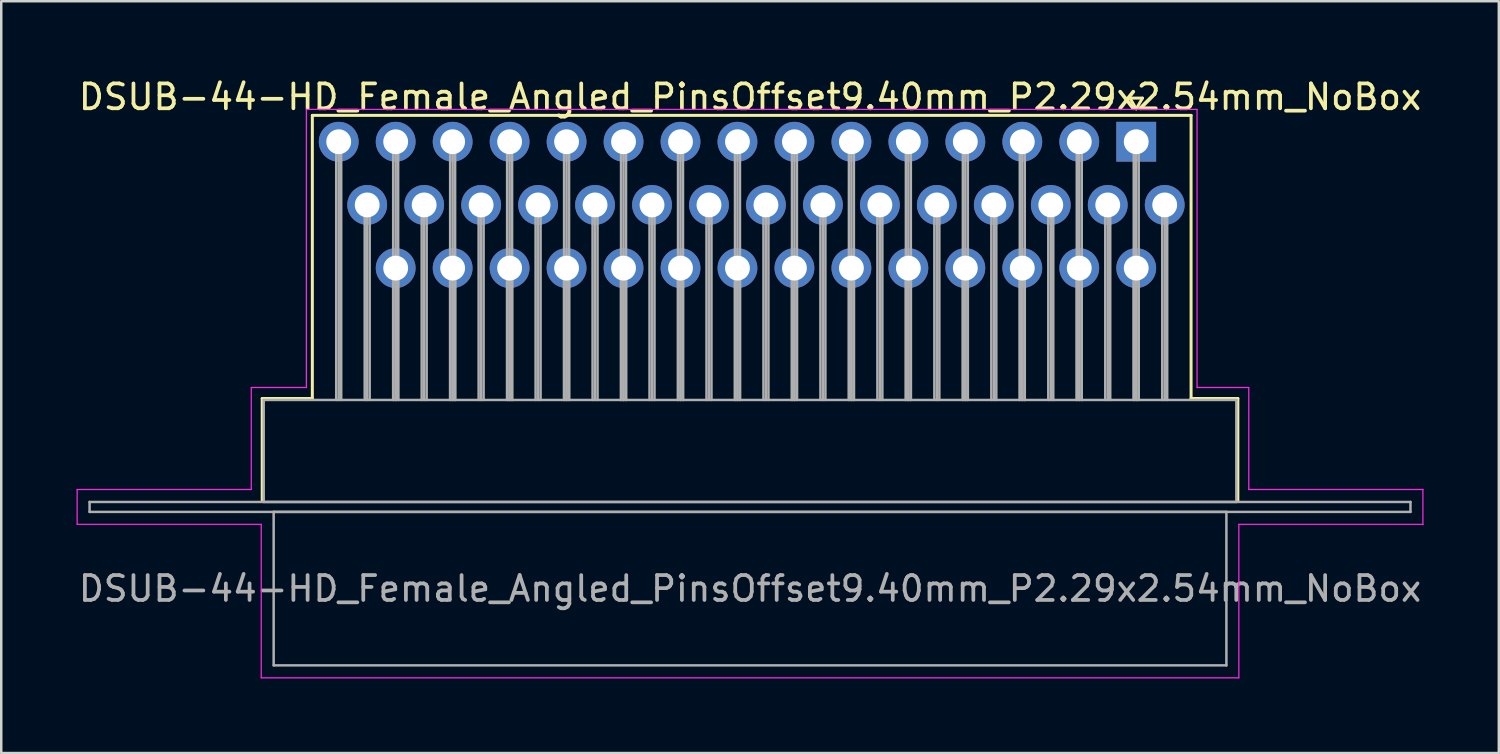
<source format=kicad_pcb>
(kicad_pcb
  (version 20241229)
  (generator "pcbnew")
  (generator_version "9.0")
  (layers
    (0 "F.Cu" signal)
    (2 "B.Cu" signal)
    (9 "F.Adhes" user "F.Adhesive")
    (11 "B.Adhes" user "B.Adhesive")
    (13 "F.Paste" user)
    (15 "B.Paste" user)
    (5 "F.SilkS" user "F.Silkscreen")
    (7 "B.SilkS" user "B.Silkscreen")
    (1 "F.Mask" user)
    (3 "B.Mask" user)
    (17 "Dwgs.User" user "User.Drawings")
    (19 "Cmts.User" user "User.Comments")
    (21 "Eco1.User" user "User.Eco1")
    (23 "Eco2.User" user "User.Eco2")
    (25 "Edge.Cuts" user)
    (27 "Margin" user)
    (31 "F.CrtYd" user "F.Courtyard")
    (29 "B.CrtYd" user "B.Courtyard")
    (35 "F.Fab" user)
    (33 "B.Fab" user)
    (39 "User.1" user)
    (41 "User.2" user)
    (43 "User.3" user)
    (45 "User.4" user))
  (footprint "DSUB-44-HD_Female_Angled_PinsOffset9.40mm_P2.29x2.54mm_NoBox"
    (layer "F.Cu")
    (at 42.626 2.648)
    (property "Reference" "DSUB-44-HD_Female_Angled_PinsOffset9.40mm_P2.29x2.54mm_NoBox" (at -15.525 -1.8 0) (layer "F.SilkS") (effects (font (size 1 1) (thickness 0.15))))
    (attr through_hole)
    (fp_line (start -35.135 10.32) (end -33.12 10.32) (stroke (width 0.12) (type solid)) (layer "F.SilkS"))
    (fp_line (start -35.135 14.42) (end -35.135 10.32) (stroke (width 0.12) (type solid)) (layer "F.SilkS"))
    (fp_line (start -33.12 -1.06) (end 2.205 -1.06) (stroke (width 0.12) (type solid)) (layer "F.SilkS"))
    (fp_line (start -33.12 10.32) (end -33.12 -1.06) (stroke (width 0.12) (type solid)) (layer "F.SilkS"))
    (fp_line (start -0.25 -1.754) (end 0.25 -1.754) (stroke (width 0.12) (type solid)) (layer "F.SilkS"))
    (fp_line (start 0 -1.321) (end -0.25 -1.754) (stroke (width 0.12) (type solid)) (layer "F.SilkS"))
    (fp_line (start 0.25 -1.754) (end 0 -1.321) (stroke (width 0.12) (type solid)) (layer "F.SilkS"))
    (fp_line (start 2.205 -1.06) (end 2.205 10.32) (stroke (width 0.12) (type solid)) (layer "F.SilkS"))
    (fp_line (start 2.205 10.32) (end 4.085 10.32) (stroke (width 0.12) (type solid)) (layer "F.SilkS"))
    (fp_line (start 4.085 10.32) (end 4.085 14.42) (stroke (width 0.12) (type solid)) (layer "F.SilkS"))
    (fp_line (start -42.575 13.98) (end -35.575 13.98) (stroke (width 0.05) (type solid)) (layer "F.CrtYd"))
    (fp_line (start -42.575 15.38) (end -42.575 13.98) (stroke (width 0.05) (type solid)) (layer "F.CrtYd"))
    (fp_line (start -35.575 9.88) (end -33.36 9.88) (stroke (width 0.05) (type solid)) (layer "F.CrtYd"))
    (fp_line (start -35.575 13.98) (end -35.575 9.88) (stroke (width 0.05) (type solid)) (layer "F.CrtYd"))
    (fp_line (start -35.175 15.38) (end -42.575 15.38) (stroke (width 0.05) (type solid)) (layer "F.CrtYd"))
    (fp_line (start -35.175 21.55) (end -35.175 15.38) (stroke (width 0.05) (type solid)) (layer "F.CrtYd"))
    (fp_line (start -33.36 -1.3) (end 2.445 -1.3) (stroke (width 0.05) (type solid)) (layer "F.CrtYd"))
    (fp_line (start -33.36 9.88) (end -33.36 -1.3) (stroke (width 0.05) (type solid)) (layer "F.CrtYd"))
    (fp_line (start 2.445 -1.3) (end 2.445 9.88) (stroke (width 0.05) (type solid)) (layer "F.CrtYd"))
    (fp_line (start 2.445 9.88) (end 4.525 9.88) (stroke (width 0.05) (type solid)) (layer "F.CrtYd"))
    (fp_line (start 4.125 15.38) (end 4.125 21.55) (stroke (width 0.05) (type solid)) (layer "F.CrtYd"))
    (fp_line (start 4.125 21.55) (end -35.175 21.55) (stroke (width 0.05) (type solid)) (layer "F.CrtYd"))
    (fp_line (start 4.525 9.88) (end 4.525 13.98) (stroke (width 0.05) (type solid)) (layer "F.CrtYd"))
    (fp_line (start 4.525 13.98) (end 11.525 13.98) (stroke (width 0.05) (type solid)) (layer "F.CrtYd"))
    (fp_line (start 11.525 13.98) (end 11.525 15.38) (stroke (width 0.05) (type solid)) (layer "F.CrtYd"))
    (fp_line (start 11.525 15.38) (end 4.125 15.38) (stroke (width 0.05) (type solid)) (layer "F.CrtYd"))
    (fp_line (start -42.075 14.48) (end -42.075 14.88) (stroke (width 0.1) (type solid)) (layer "F.Fab"))
    (fp_line (start -42.075 14.88) (end 11.025 14.88) (stroke (width 0.1) (type solid)) (layer "F.Fab"))
    (fp_line (start -35.075 10.38) (end -35.075 14.48) (stroke (width 0.1) (type solid)) (layer "F.Fab"))
    (fp_line (start -35.075 14.48) (end 4.025 14.48) (stroke (width 0.1) (type solid)) (layer "F.Fab"))
    (fp_line (start -34.675 14.88) (end -34.675 21.05) (stroke (width 0.1) (type solid)) (layer "F.Fab"))
    (fp_line (start -34.675 21.05) (end 3.625 21.05) (stroke (width 0.1) (type solid)) (layer "F.Fab"))
    (fp_line (start -32.16 0) (end -32.16 10.38) (stroke (width 0.1) (type solid)) (layer "F.Fab"))
    (fp_line (start -32.06 0) (end -32.06 10.38) (stroke (width 0.1) (type solid)) (layer "F.Fab"))
    (fp_line (start -31.96 0) (end -31.96 10.38) (stroke (width 0.1) (type solid)) (layer "F.Fab"))
    (fp_line (start -31.015 2.54) (end -31.015 10.38) (stroke (width 0.1) (type solid)) (layer "F.Fab"))
    (fp_line (start -30.915 2.54) (end -30.915 10.38) (stroke (width 0.1) (type solid)) (layer "F.Fab"))
    (fp_line (start -30.815 2.54) (end -30.815 10.38) (stroke (width 0.1) (type solid)) (layer "F.Fab"))
    (fp_line (start -29.87 0) (end -29.87 10.38) (stroke (width 0.1) (type solid)) (layer "F.Fab"))
    (fp_line (start -29.87 5.08) (end -29.87 10.38) (stroke (width 0.1) (type solid)) (layer "F.Fab"))
    (fp_line (start -29.77 0) (end -29.77 10.38) (stroke (width 0.1) (type solid)) (layer "F.Fab"))
    (fp_line (start -29.77 5.08) (end -29.77 10.38) (stroke (width 0.1) (type solid)) (layer "F.Fab"))
    (fp_line (start -29.67 0) (end -29.67 10.38) (stroke (width 0.1) (type solid)) (layer "F.Fab"))
    (fp_line (start -29.67 5.08) (end -29.67 10.38) (stroke (width 0.1) (type solid)) (layer "F.Fab"))
    (fp_line (start -28.725 2.54) (end -28.725 10.38) (stroke (width 0.1) (type solid)) (layer "F.Fab"))
    (fp_line (start -28.625 2.54) (end -28.625 10.38) (stroke (width 0.1) (type solid)) (layer "F.Fab"))
    (fp_line (start -28.525 2.54) (end -28.525 10.38) (stroke (width 0.1) (type solid)) (layer "F.Fab"))
    (fp_line (start -27.58 0) (end -27.58 10.38) (stroke (width 0.1) (type solid)) (layer "F.Fab"))
    (fp_line (start -27.58 5.08) (end -27.58 10.38) (stroke (width 0.1) (type solid)) (layer "F.Fab"))
    (fp_line (start -27.48 0) (end -27.48 10.38) (stroke (width 0.1) (type solid)) (layer "F.Fab"))
    (fp_line (start -27.48 5.08) (end -27.48 10.38) (stroke (width 0.1) (type solid)) (layer "F.Fab"))
    (fp_line (start -27.38 0) (end -27.38 10.38) (stroke (width 0.1) (type solid)) (layer "F.Fab"))
    (fp_line (start -27.38 5.08) (end -27.38 10.38) (stroke (width 0.1) (type solid)) (layer "F.Fab"))
    (fp_line (start -26.435 2.54) (end -26.435 10.38) (stroke (width 0.1) (type solid)) (layer "F.Fab"))
    (fp_line (start -26.335 2.54) (end -26.335 10.38) (stroke (width 0.1) (type solid)) (layer "F.Fab"))
    (fp_line (start -26.235 2.54) (end -26.235 10.38) (stroke (width 0.1) (type solid)) (layer "F.Fab"))
    (fp_line (start -25.29 0) (end -25.29 10.38) (stroke (width 0.1) (type solid)) (layer "F.Fab"))
    (fp_line (start -25.29 5.08) (end -25.29 10.38) (stroke (width 0.1) (type solid)) (layer "F.Fab"))
    (fp_line (start -25.19 0) (end -25.19 10.38) (stroke (width 0.1) (type solid)) (layer "F.Fab"))
    (fp_line (start -25.19 5.08) (end -25.19 10.38) (stroke (width 0.1) (type solid)) (layer "F.Fab"))
    (fp_line (start -25.09 0) (end -25.09 10.38) (stroke (width 0.1) (type solid)) (layer "F.Fab"))
    (fp_line (start -25.09 5.08) (end -25.09 10.38) (stroke (width 0.1) (type solid)) (layer "F.Fab"))
    (fp_line (start -24.145 2.54) (end -24.145 10.38) (stroke (width 0.1) (type solid)) (layer "F.Fab"))
    (fp_line (start -24.045 2.54) (end -24.045 10.38) (stroke (width 0.1) (type solid)) (layer "F.Fab"))
    (fp_line (start -23.945 2.54) (end -23.945 10.38) (stroke (width 0.1) (type solid)) (layer "F.Fab"))
    (fp_line (start -23 0) (end -23 10.38) (stroke (width 0.1) (type solid)) (layer "F.Fab"))
    (fp_line (start -23 5.08) (end -23 10.38) (stroke (width 0.1) (type solid)) (layer "F.Fab"))
    (fp_line (start -22.9 0) (end -22.9 10.38) (stroke (width 0.1) (type solid)) (layer "F.Fab"))
    (fp_line (start -22.9 5.08) (end -22.9 10.38) (stroke (width 0.1) (type solid)) (layer "F.Fab"))
    (fp_line (start -22.8 0) (end -22.8 10.38) (stroke (width 0.1) (type solid)) (layer "F.Fab"))
    (fp_line (start -22.8 5.08) (end -22.8 10.38) (stroke (width 0.1) (type solid)) (layer "F.Fab"))
    (fp_line (start -21.855 2.54) (end -21.855 10.38) (stroke (width 0.1) (type solid)) (layer "F.Fab"))
    (fp_line (start -21.755 2.54) (end -21.755 10.38) (stroke (width 0.1) (type solid)) (layer "F.Fab"))
    (fp_line (start -21.655 2.54) (end -21.655 10.38) (stroke (width 0.1) (type solid)) (layer "F.Fab"))
    (fp_line (start -20.71 0) (end -20.71 10.38) (stroke (width 0.1) (type solid)) (layer "F.Fab"))
    (fp_line (start -20.71 5.08) (end -20.71 10.38) (stroke (width 0.1) (type solid)) (layer "F.Fab"))
    (fp_line (start -20.61 0) (end -20.61 10.38) (stroke (width 0.1) (type solid)) (layer "F.Fab"))
    (fp_line (start -20.61 5.08) (end -20.61 10.38) (stroke (width 0.1) (type solid)) (layer "F.Fab"))
    (fp_line (start -20.51 0) (end -20.51 10.38) (stroke (width 0.1) (type solid)) (layer "F.Fab"))
    (fp_line (start -20.51 5.08) (end -20.51 10.38) (stroke (width 0.1) (type solid)) (layer "F.Fab"))
    (fp_line (start -19.565 2.54) (end -19.565 10.38) (stroke (width 0.1) (type solid)) (layer "F.Fab"))
    (fp_line (start -19.465 2.54) (end -19.465 10.38) (stroke (width 0.1) (type solid)) (layer "F.Fab"))
    (fp_line (start -19.365 2.54) (end -19.365 10.38) (stroke (width 0.1) (type solid)) (layer "F.Fab"))
    (fp_line (start -18.42 0) (end -18.42 10.38) (stroke (width 0.1) (type solid)) (layer "F.Fab"))
    (fp_line (start -18.42 5.08) (end -18.42 10.38) (stroke (width 0.1) (type solid)) (layer "F.Fab"))
    (fp_line (start -18.32 0) (end -18.32 10.38) (stroke (width 0.1) (type solid)) (layer "F.Fab"))
    (fp_line (start -18.32 5.08) (end -18.32 10.38) (stroke (width 0.1) (type solid)) (layer "F.Fab"))
    (fp_line (start -18.22 0) (end -18.22 10.38) (stroke (width 0.1) (type solid)) (layer "F.Fab"))
    (fp_line (start -18.22 5.08) (end -18.22 10.38) (stroke (width 0.1) (type solid)) (layer "F.Fab"))
    (fp_line (start -17.275 2.54) (end -17.275 10.38) (stroke (width 0.1) (type solid)) (layer "F.Fab"))
    (fp_line (start -17.175 2.54) (end -17.175 10.38) (stroke (width 0.1) (type solid)) (layer "F.Fab"))
    (fp_line (start -17.075 2.54) (end -17.075 10.38) (stroke (width 0.1) (type solid)) (layer "F.Fab"))
    (fp_line (start -16.13 0) (end -16.13 10.38) (stroke (width 0.1) (type solid)) (layer "F.Fab"))
    (fp_line (start -16.13 5.08) (end -16.13 10.38) (stroke (width 0.1) (type solid)) (layer "F.Fab"))
    (fp_line (start -16.03 0) (end -16.03 10.38) (stroke (width 0.1) (type solid)) (layer "F.Fab"))
    (fp_line (start -16.03 5.08) (end -16.03 10.38) (stroke (width 0.1) (type solid)) (layer "F.Fab"))
    (fp_line (start -15.93 0) (end -15.93 10.38) (stroke (width 0.1) (type solid)) (layer "F.Fab"))
    (fp_line (start -15.93 5.08) (end -15.93 10.38) (stroke (width 0.1) (type solid)) (layer "F.Fab"))
    (fp_line (start -14.985 2.54) (end -14.985 10.38) (stroke (width 0.1) (type solid)) (layer "F.Fab"))
    (fp_line (start -14.885 2.54) (end -14.885 10.38) (stroke (width 0.1) (type solid)) (layer "F.Fab"))
    (fp_line (start -14.785 2.54) (end -14.785 10.38) (stroke (width 0.1) (type solid)) (layer "F.Fab"))
    (fp_line (start -13.84 0) (end -13.84 10.38) (stroke (width 0.1) (type solid)) (layer "F.Fab"))
    (fp_line (start -13.84 5.08) (end -13.84 10.38) (stroke (width 0.1) (type solid)) (layer "F.Fab"))
    (fp_line (start -13.74 0) (end -13.74 10.38) (stroke (width 0.1) (type solid)) (layer "F.Fab"))
    (fp_line (start -13.74 5.08) (end -13.74 10.38) (stroke (width 0.1) (type solid)) (layer "F.Fab"))
    (fp_line (start -13.64 0) (end -13.64 10.38) (stroke (width 0.1) (type solid)) (layer "F.Fab"))
    (fp_line (start -13.64 5.08) (end -13.64 10.38) (stroke (width 0.1) (type solid)) (layer "F.Fab"))
    (fp_line (start -12.695 2.54) (end -12.695 10.38) (stroke (width 0.1) (type solid)) (layer "F.Fab"))
    (fp_line (start -12.595 2.54) (end -12.595 10.38) (stroke (width 0.1) (type solid)) (layer "F.Fab"))
    (fp_line (start -12.495 2.54) (end -12.495 10.38) (stroke (width 0.1) (type solid)) (layer "F.Fab"))
    (fp_line (start -11.55 0) (end -11.55 10.38) (stroke (width 0.1) (type solid)) (layer "F.Fab"))
    (fp_line (start -11.55 5.08) (end -11.55 10.38) (stroke (width 0.1) (type solid)) (layer "F.Fab"))
    (fp_line (start -11.45 0) (end -11.45 10.38) (stroke (width 0.1) (type solid)) (layer "F.Fab"))
    (fp_line (start -11.45 5.08) (end -11.45 10.38) (stroke (width 0.1) (type solid)) (layer "F.Fab"))
    (fp_line (start -11.35 0) (end -11.35 10.38) (stroke (width 0.1) (type solid)) (layer "F.Fab"))
    (fp_line (start -11.35 5.08) (end -11.35 10.38) (stroke (width 0.1) (type solid)) (layer "F.Fab"))
    (fp_line (start -10.405 2.54) (end -10.405 10.38) (stroke (width 0.1) (type solid)) (layer "F.Fab"))
    (fp_line (start -10.305 2.54) (end -10.305 10.38) (stroke (width 0.1) (type solid)) (layer "F.Fab"))
    (fp_line (start -10.205 2.54) (end -10.205 10.38) (stroke (width 0.1) (type solid)) (layer "F.Fab"))
    (fp_line (start -9.26 0) (end -9.26 10.38) (stroke (width 0.1) (type solid)) (layer "F.Fab"))
    (fp_line (start -9.26 5.08) (end -9.26 10.38) (stroke (width 0.1) (type solid)) (layer "F.Fab"))
    (fp_line (start -9.16 0) (end -9.16 10.38) (stroke (width 0.1) (type solid)) (layer "F.Fab"))
    (fp_line (start -9.16 5.08) (end -9.16 10.38) (stroke (width 0.1) (type solid)) (layer "F.Fab"))
    (fp_line (start -9.06 0) (end -9.06 10.38) (stroke (width 0.1) (type solid)) (layer "F.Fab"))
    (fp_line (start -9.06 5.08) (end -9.06 10.38) (stroke (width 0.1) (type solid)) (layer "F.Fab"))
    (fp_line (start -8.115 2.54) (end -8.115 10.38) (stroke (width 0.1) (type solid)) (layer "F.Fab"))
    (fp_line (start -8.015 2.54) (end -8.015 10.38) (stroke (width 0.1) (type solid)) (layer "F.Fab"))
    (fp_line (start -7.915 2.54) (end -7.915 10.38) (stroke (width 0.1) (type solid)) (layer "F.Fab"))
    (fp_line (start -6.97 0) (end -6.97 10.38) (stroke (width 0.1) (type solid)) (layer "F.Fab"))
    (fp_line (start -6.97 5.08) (end -6.97 10.38) (stroke (width 0.1) (type solid)) (layer "F.Fab"))
    (fp_line (start -6.87 0) (end -6.87 10.38) (stroke (width 0.1) (type solid)) (layer "F.Fab"))
    (fp_line (start -6.87 5.08) (end -6.87 10.38) (stroke (width 0.1) (type solid)) (layer "F.Fab"))
    (fp_line (start -6.77 0) (end -6.77 10.38) (stroke (width 0.1) (type solid)) (layer "F.Fab"))
    (fp_line (start -6.77 5.08) (end -6.77 10.38) (stroke (width 0.1) (type solid)) (layer "F.Fab"))
    (fp_line (start -5.825 2.54) (end -5.825 10.38) (stroke (width 0.1) (type solid)) (layer "F.Fab"))
    (fp_line (start -5.725 2.54) (end -5.725 10.38) (stroke (width 0.1) (type solid)) (layer "F.Fab"))
    (fp_line (start -5.625 2.54) (end -5.625 10.38) (stroke (width 0.1) (type solid)) (layer "F.Fab"))
    (fp_line (start -4.68 0) (end -4.68 10.38) (stroke (width 0.1) (type solid)) (layer "F.Fab"))
    (fp_line (start -4.68 5.08) (end -4.68 10.38) (stroke (width 0.1) (type solid)) (layer "F.Fab"))
    (fp_line (start -4.58 0) (end -4.58 10.38) (stroke (width 0.1) (type solid)) (layer "F.Fab"))
    (fp_line (start -4.58 5.08) (end -4.58 10.38) (stroke (width 0.1) (type solid)) (layer "F.Fab"))
    (fp_line (start -4.48 0) (end -4.48 10.38) (stroke (width 0.1) (type solid)) (layer "F.Fab"))
    (fp_line (start -4.48 5.08) (end -4.48 10.38) (stroke (width 0.1) (type solid)) (layer "F.Fab"))
    (fp_line (start -3.535 2.54) (end -3.535 10.38) (stroke (width 0.1) (type solid)) (layer "F.Fab"))
    (fp_line (start -3.435 2.54) (end -3.435 10.38) (stroke (width 0.1) (type solid)) (layer "F.Fab"))
    (fp_line (start -3.335 2.54) (end -3.335 10.38) (stroke (width 0.1) (type solid)) (layer "F.Fab"))
    (fp_line (start -2.39 0) (end -2.39 10.38) (stroke (width 0.1) (type solid)) (layer "F.Fab"))
    (fp_line (start -2.39 5.08) (end -2.39 10.38) (stroke (width 0.1) (type solid)) (layer "F.Fab"))
    (fp_line (start -2.29 0) (end -2.29 10.38) (stroke (width 0.1) (type solid)) (layer "F.Fab"))
    (fp_line (start -2.29 5.08) (end -2.29 10.38) (stroke (width 0.1) (type solid)) (layer "F.Fab"))
    (fp_line (start -2.19 0) (end -2.19 10.38) (stroke (width 0.1) (type solid)) (layer "F.Fab"))
    (fp_line (start -2.19 5.08) (end -2.19 10.38) (stroke (width 0.1) (type solid)) (layer "F.Fab"))
    (fp_line (start -1.245 2.54) (end -1.245 10.38) (stroke (width 0.1) (type solid)) (layer "F.Fab"))
    (fp_line (start -1.145 2.54) (end -1.145 10.38) (stroke (width 0.1) (type solid)) (layer "F.Fab"))
    (fp_line (start -1.045 2.54) (end -1.045 10.38) (stroke (width 0.1) (type solid)) (layer "F.Fab"))
    (fp_line (start -0.1 0) (end -0.1 10.38) (stroke (width 0.1) (type solid)) (layer "F.Fab"))
    (fp_line (start -0.1 5.08) (end -0.1 10.38) (stroke (width 0.1) (type solid)) (layer "F.Fab"))
    (fp_line (start 0 0) (end 0 10.38) (stroke (width 0.1) (type solid)) (layer "F.Fab"))
    (fp_line (start 0 5.08) (end 0 10.38) (stroke (width 0.1) (type solid)) (layer "F.Fab"))
    (fp_line (start 0.1 0) (end 0.1 10.38) (stroke (width 0.1) (type solid)) (layer "F.Fab"))
    (fp_line (start 0.1 5.08) (end 0.1 10.38) (stroke (width 0.1) (type solid)) (layer "F.Fab"))
    (fp_line (start 1.045 2.54) (end 1.045 10.38) (stroke (width 0.1) (type solid)) (layer "F.Fab"))
    (fp_line (start 1.145 2.54) (end 1.145 10.38) (stroke (width 0.1) (type solid)) (layer "F.Fab"))
    (fp_line (start 1.245 2.54) (end 1.245 10.38) (stroke (width 0.1) (type solid)) (layer "F.Fab"))
    (fp_line (start 3.625 14.88) (end -34.675 14.88) (stroke (width 0.1) (type solid)) (layer "F.Fab"))
    (fp_line (start 3.625 21.05) (end 3.625 14.88) (stroke (width 0.1) (type solid)) (layer "F.Fab"))
    (fp_line (start 4.025 10.38) (end -35.075 10.38) (stroke (width 0.1) (type solid)) (layer "F.Fab"))
    (fp_line (start 4.025 14.48) (end 4.025 10.38) (stroke (width 0.1) (type solid)) (layer "F.Fab"))
    (fp_line (start 11.025 14.48) (end -42.075 14.48) (stroke (width 0.1) (type solid)) (layer "F.Fab"))
    (fp_line (start 11.025 14.88) (end 11.025 14.48) (stroke (width 0.1) (type solid)) (layer "F.Fab"))
    (fp_text user "${REFERENCE}" (at -15.525 17.965 0) (layer "F.Fab") (effects (font (size 1 1) (thickness 0.15))))
    (pad "1" thru_hole rect (at 0 0) (size 1.6 1.6) (drill 1) (layers "*.Cu" "*.Mask"))
    (pad "2" thru_hole circle (at -2.29 0) (size 1.6 1.6) (drill 1) (layers "*.Cu" "*.Mask"))
    (pad "3" thru_hole circle (at -4.58 0) (size 1.6 1.6) (drill 1) (layers "*.Cu" "*.Mask"))
    (pad "4" thru_hole circle (at -6.87 0) (size 1.6 1.6) (drill 1) (layers "*.Cu" "*.Mask"))
    (pad "5" thru_hole circle (at -9.16 0) (size 1.6 1.6) (drill 1) (layers "*.Cu" "*.Mask"))
    (pad "6" thru_hole circle (at -11.45 0) (size 1.6 1.6) (drill 1) (layers "*.Cu" "*.Mask"))
    (pad "7" thru_hole circle (at -13.74 0) (size 1.6 1.6) (drill 1) (layers "*.Cu" "*.Mask"))
    (pad "8" thru_hole circle (at -16.03 0) (size 1.6 1.6) (drill 1) (layers "*.Cu" "*.Mask"))
    (pad "9" thru_hole circle (at -18.32 0) (size 1.6 1.6) (drill 1) (layers "*.Cu" "*.Mask"))
    (pad "10" thru_hole circle (at -20.61 0) (size 1.6 1.6) (drill 1) (layers "*.Cu" "*.Mask"))
    (pad "11" thru_hole circle (at -22.9 0) (size 1.6 1.6) (drill 1) (layers "*.Cu" "*.Mask"))
    (pad "12" thru_hole circle (at -25.19 0) (size 1.6 1.6) (drill 1) (layers "*.Cu" "*.Mask"))
    (pad "13" thru_hole circle (at -27.48 0) (size 1.6 1.6) (drill 1) (layers "*.Cu" "*.Mask"))
    (pad "14" thru_hole circle (at -29.77 0) (size 1.6 1.6) (drill 1) (layers "*.Cu" "*.Mask"))
    (pad "15" thru_hole circle (at -32.06 0) (size 1.6 1.6) (drill 1) (layers "*.Cu" "*.Mask"))
    (pad "16" thru_hole circle (at 1.145 2.54) (size 1.6 1.6) (drill 1) (layers "*.Cu" "*.Mask"))
    (pad "17" thru_hole circle (at -1.145 2.54) (size 1.6 1.6) (drill 1) (layers "*.Cu" "*.Mask"))
    (pad "18" thru_hole circle (at -3.435 2.54) (size 1.6 1.6) (drill 1) (layers "*.Cu" "*.Mask"))
    (pad "19" thru_hole circle (at -5.725 2.54) (size 1.6 1.6) (drill 1) (layers "*.Cu" "*.Mask"))
    (pad "20" thru_hole circle (at -8.015 2.54) (size 1.6 1.6) (drill 1) (layers "*.Cu" "*.Mask"))
    (pad "21" thru_hole circle (at -10.305 2.54) (size 1.6 1.6) (drill 1) (layers "*.Cu" "*.Mask"))
    (pad "22" thru_hole circle (at -12.595 2.54) (size 1.6 1.6) (drill 1) (layers "*.Cu" "*.Mask"))
    (pad "23" thru_hole circle (at -14.885 2.54) (size 1.6 1.6) (drill 1) (layers "*.Cu" "*.Mask"))
    (pad "24" thru_hole circle (at -17.175 2.54) (size 1.6 1.6) (drill 1) (layers "*.Cu" "*.Mask"))
    (pad "25" thru_hole circle (at -19.465 2.54) (size 1.6 1.6) (drill 1) (layers "*.Cu" "*.Mask"))
    (pad "26" thru_hole circle (at -21.755 2.54) (size 1.6 1.6) (drill 1) (layers "*.Cu" "*.Mask"))
    (pad "27" thru_hole circle (at -24.045 2.54) (size 1.6 1.6) (drill 1) (layers "*.Cu" "*.Mask"))
    (pad "28" thru_hole circle (at -26.335 2.54) (size 1.6 1.6) (drill 1) (layers "*.Cu" "*.Mask"))
    (pad "29" thru_hole circle (at -28.625 2.54) (size 1.6 1.6) (drill 1) (layers "*.Cu" "*.Mask"))
    (pad "30" thru_hole circle (at -30.915 2.54) (size 1.6 1.6) (drill 1) (layers "*.Cu" "*.Mask"))
    (pad "31" thru_hole circle (at 0 5.08) (size 1.6 1.6) (drill 1) (layers "*.Cu" "*.Mask"))
    (pad "32" thru_hole circle (at -2.29 5.08) (size 1.6 1.6) (drill 1) (layers "*.Cu" "*.Mask"))
    (pad "33" thru_hole circle (at -4.58 5.08) (size 1.6 1.6) (drill 1) (layers "*.Cu" "*.Mask"))
    (pad "34" thru_hole circle (at -6.87 5.08) (size 1.6 1.6) (drill 1) (layers "*.Cu" "*.Mask"))
    (pad "35" thru_hole circle (at -9.16 5.08) (size 1.6 1.6) (drill 1) (layers "*.Cu" "*.Mask"))
    (pad "36" thru_hole circle (at -11.45 5.08) (size 1.6 1.6) (drill 1) (layers "*.Cu" "*.Mask"))
    (pad "37" thru_hole circle (at -13.74 5.08) (size 1.6 1.6) (drill 1) (layers "*.Cu" "*.Mask"))
    (pad "38" thru_hole circle (at -16.03 5.08) (size 1.6 1.6) (drill 1) (layers "*.Cu" "*.Mask"))
    (pad "39" thru_hole circle (at -18.32 5.08) (size 1.6 1.6) (drill 1) (layers "*.Cu" "*.Mask"))
    (pad "40" thru_hole circle (at -20.61 5.08) (size 1.6 1.6) (drill 1) (layers "*.Cu" "*.Mask"))
    (pad "41" thru_hole circle (at -22.9 5.08) (size 1.6 1.6) (drill 1) (layers "*.Cu" "*.Mask"))
    (pad "42" thru_hole circle (at -25.19 5.08) (size 1.6 1.6) (drill 1) (layers "*.Cu" "*.Mask"))
    (pad "43" thru_hole circle (at -27.48 5.08) (size 1.6 1.6) (drill 1) (layers "*.Cu" "*.Mask"))
    (pad "44" thru_hole circle (at -29.77 5.08) (size 1.6 1.6) (drill 1) (layers "*.Cu" "*.Mask")))
  (gr_rect
    (start -3 -3)
    (end 57.202 27.223)
    (stroke (width 0.1) (type default))
    (fill no)
    (layer "Edge.Cuts")))
</source>
